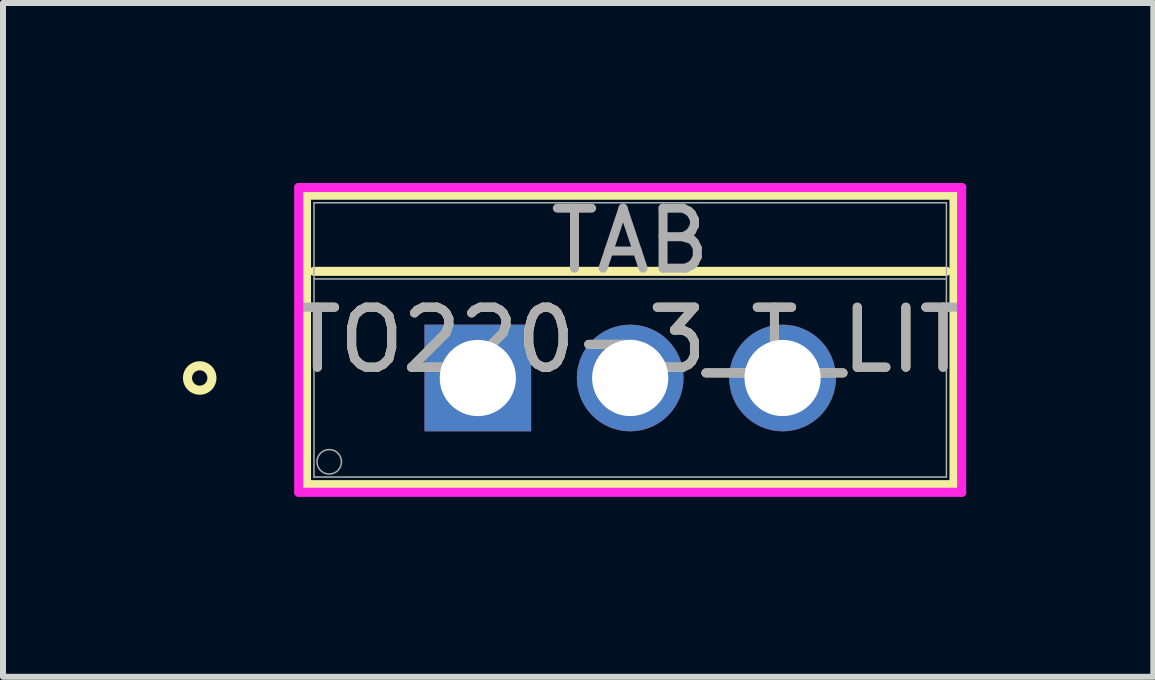
<source format=kicad_pcb>
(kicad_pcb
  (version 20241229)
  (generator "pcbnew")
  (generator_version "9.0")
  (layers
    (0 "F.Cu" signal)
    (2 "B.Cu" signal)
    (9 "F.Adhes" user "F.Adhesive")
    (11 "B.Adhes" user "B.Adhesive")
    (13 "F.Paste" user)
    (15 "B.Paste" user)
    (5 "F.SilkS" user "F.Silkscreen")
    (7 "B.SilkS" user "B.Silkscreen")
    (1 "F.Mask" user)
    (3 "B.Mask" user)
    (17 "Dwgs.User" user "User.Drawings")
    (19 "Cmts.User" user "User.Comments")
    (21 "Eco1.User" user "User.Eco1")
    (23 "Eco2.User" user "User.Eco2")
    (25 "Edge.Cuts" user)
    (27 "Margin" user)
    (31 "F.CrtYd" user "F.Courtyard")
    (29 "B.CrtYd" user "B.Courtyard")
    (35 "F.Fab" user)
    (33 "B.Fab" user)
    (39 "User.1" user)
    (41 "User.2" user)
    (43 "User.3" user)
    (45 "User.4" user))
  (footprint "TO220-3_T_LIT"
    (layer "F.Cu")
    (at 4.915 3.251)
    (property "Reference" "TO220-3_T_LIT" (at 2.54 -0.635 0) (unlocked yes) (layer "F.SilkS") (effects (font (size 1 1) (thickness 0.15))))
    (attr through_hole)
    (fp_line (start -2.857 -3.048) (end -2.857 1.778) (stroke (width 0.152) (type solid)) (layer "F.SilkS"))
    (fp_line (start -2.857 1.778) (end 7.938 1.778) (stroke (width 0.152) (type solid)) (layer "F.SilkS"))
    (fp_line (start -2.731 -1.778) (end 7.811 -1.778) (stroke (width 0.152) (type solid)) (layer "F.SilkS"))
    (fp_line (start 7.938 -3.048) (end -2.857 -3.048) (stroke (width 0.152) (type solid)) (layer "F.SilkS"))
    (fp_line (start 7.938 1.778) (end 7.938 -3.048) (stroke (width 0.152) (type solid)) (layer "F.SilkS"))
    (fp_circle (center -4.636 0) (end -4.432 0) (stroke (width 0.152) (type solid)) (fill no) (layer "F.SilkS"))
    (fp_line (start -2.985 -3.175) (end -2.985 1.905) (stroke (width 0.152) (type solid)) (layer "F.CrtYd"))
    (fp_line (start -2.985 1.905) (end 8.065 1.905) (stroke (width 0.152) (type solid)) (layer "F.CrtYd"))
    (fp_line (start 8.065 -3.175) (end -2.985 -3.175) (stroke (width 0.152) (type solid)) (layer "F.CrtYd"))
    (fp_line (start 8.065 1.905) (end 8.065 -3.175) (stroke (width 0.152) (type solid)) (layer "F.CrtYd"))
    (fp_line (start -2.731 -2.921) (end -2.731 1.651) (stroke (width 0.025) (type solid)) (layer "F.Fab"))
    (fp_line (start -2.731 -1.651) (end 7.811 -1.651) (stroke (width 0.025) (type solid)) (layer "F.Fab"))
    (fp_line (start -2.731 1.651) (end 7.811 1.651) (stroke (width 0.025) (type solid)) (layer "F.Fab"))
    (fp_line (start 7.811 -2.921) (end -2.731 -2.921) (stroke (width 0.025) (type solid)) (layer "F.Fab"))
    (fp_line (start 7.811 1.651) (end 7.811 -2.921) (stroke (width 0.025) (type solid)) (layer "F.Fab"))
    (fp_circle (center -2.477 1.397) (end -2.273 1.397) (stroke (width 0.025) (type solid)) (fill no) (layer "F.Fab"))
    (fp_text user "${REFERENCE}" (at 2.54 -0.635 0) (unlocked yes) (layer "F.Fab") (effects (font (size 1 1) (thickness 0.15))))
    (fp_text user "TAB" (at 2.54 -2.286 0) (unlocked yes) (layer "F.Fab") (effects (font (size 1 1) (thickness 0.15))))
    (pad "1" thru_hole rect (at 0 0) (size 1.778 1.778) (drill 1.27) (layers "*.Cu" "*.Mask"))
    (pad "2" thru_hole circle (at 2.54 0) (size 1.778 1.778) (drill 1.27) (layers "*.Cu" "*.Mask"))
    (pad "3" thru_hole circle (at 5.08 0) (size 1.778 1.778) (drill 1.27) (layers "*.Cu" "*.Mask")))
  (gr_rect
    (start -3 -3)
    (end 16.175 8.232)
    (stroke (width 0.1) (type default))
    (fill no)
    (layer "Edge.Cuts")))
</source>
